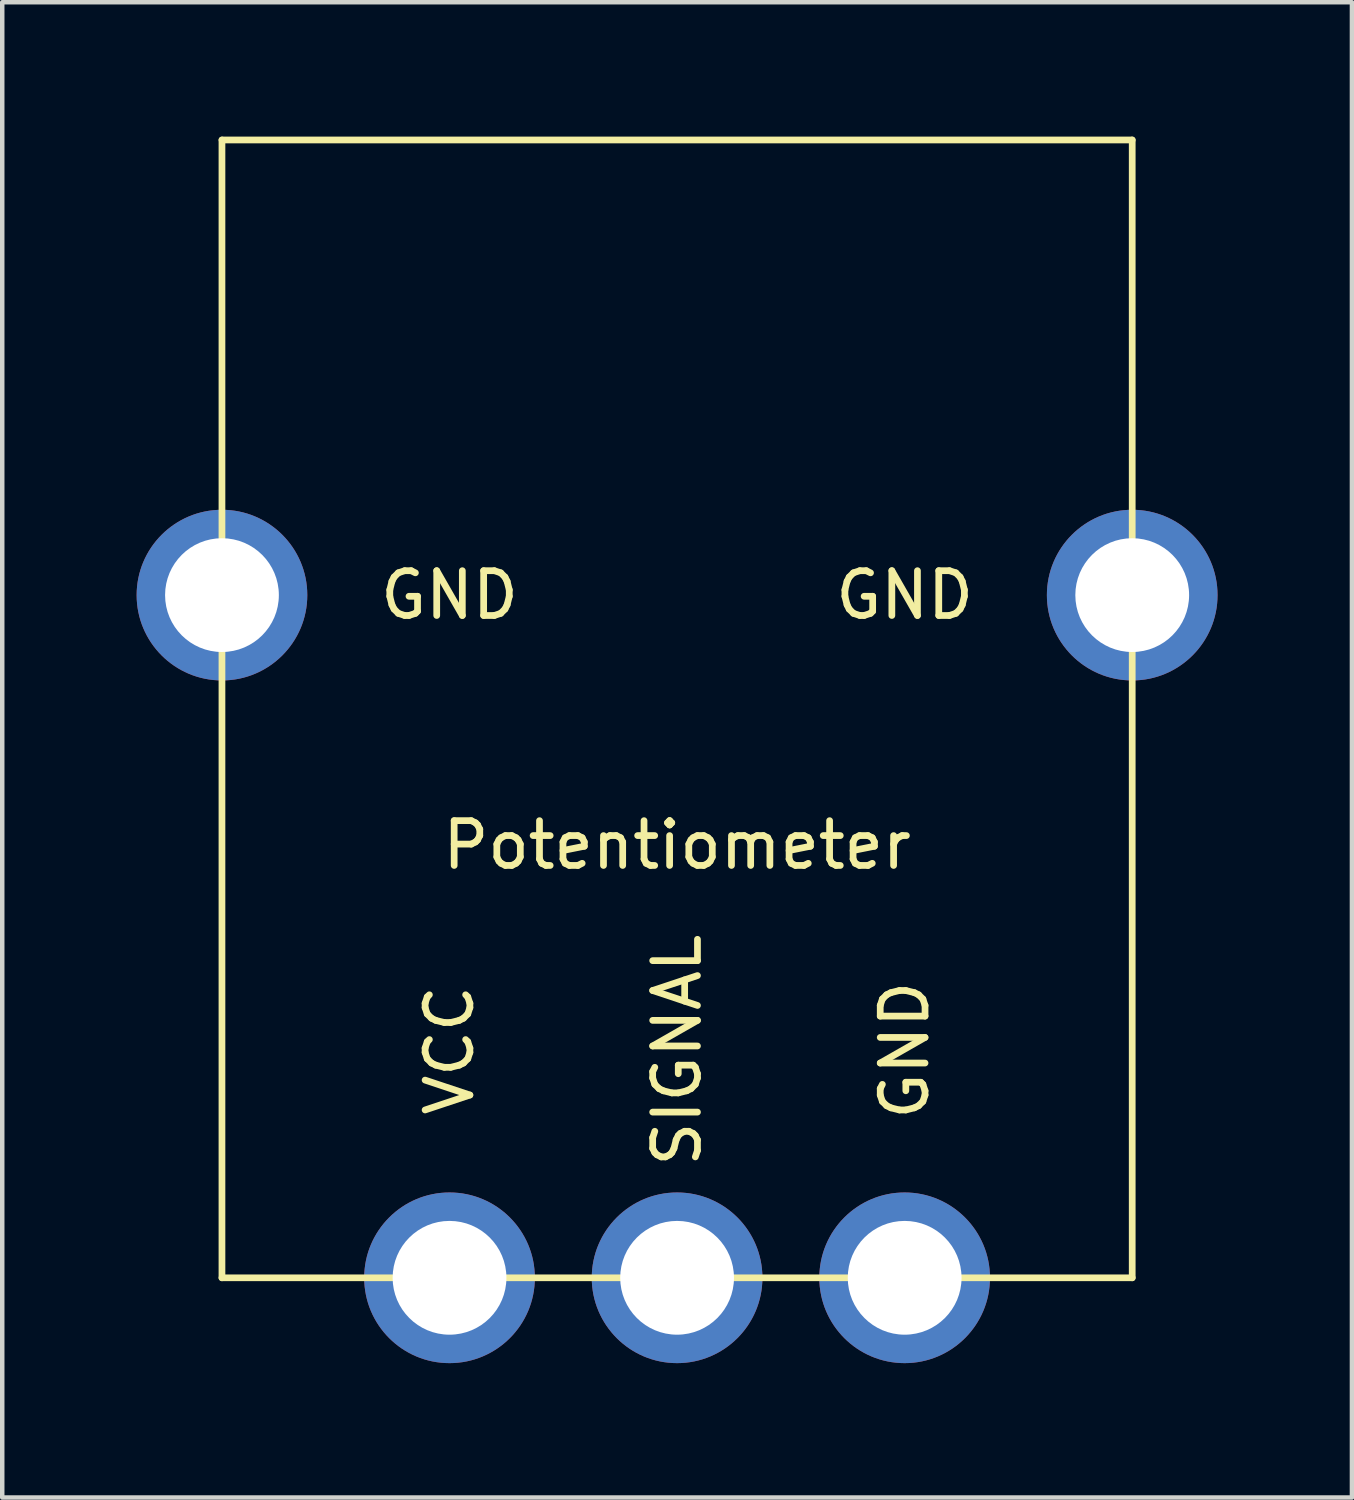
<source format=kicad_pcb>
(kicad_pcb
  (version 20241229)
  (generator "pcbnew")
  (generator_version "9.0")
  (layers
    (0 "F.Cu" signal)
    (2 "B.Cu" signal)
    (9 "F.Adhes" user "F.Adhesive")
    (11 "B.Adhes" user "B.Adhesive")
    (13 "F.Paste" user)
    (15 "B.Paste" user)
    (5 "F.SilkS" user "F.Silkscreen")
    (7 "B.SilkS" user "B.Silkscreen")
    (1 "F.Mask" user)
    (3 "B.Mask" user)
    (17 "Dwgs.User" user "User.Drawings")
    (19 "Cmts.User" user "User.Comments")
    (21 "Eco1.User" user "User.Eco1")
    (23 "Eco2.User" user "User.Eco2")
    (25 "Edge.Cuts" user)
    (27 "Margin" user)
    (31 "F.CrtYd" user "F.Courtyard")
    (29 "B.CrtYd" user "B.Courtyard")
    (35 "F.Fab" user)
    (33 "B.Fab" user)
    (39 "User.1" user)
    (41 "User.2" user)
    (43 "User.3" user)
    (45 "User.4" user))
  (footprint "Potentiometer"
    (layer "F.Cu")
    (at 12.065 15.315)
    (property "Reference" "Potentiometer" (at 0 0.5 0) (layer "F.SilkS") (effects (font (size 1 1) (thickness 0.15))))
    (attr through_hole)
    (fp_line (start -10.16 -15.24) (end -10.16 10.16) (stroke (width 0.15) (type solid)) (layer "F.SilkS"))
    (fp_line (start -10.16 10.16) (end 10.16 10.16) (stroke (width 0.15) (type solid)) (layer "F.SilkS"))
    (fp_line (start 10.16 -15.24) (end -10.16 -15.24) (stroke (width 0.15) (type solid)) (layer "F.SilkS"))
    (fp_line (start 10.16 10.16) (end 10.16 -15.24) (stroke (width 0.15) (type solid)) (layer "F.SilkS"))
    (fp_text user "GND" (at 5.08 -5.08 0) (layer "F.SilkS") (effects (font (size 1 1) (thickness 0.15))))
    (fp_text user "VCC" (at -5.08 5.08 270) (layer "F.SilkS") (effects (font (size 1 1) (thickness 0.15))))
    (fp_text user "GND" (at 5.08 5.08 270) (layer "F.SilkS") (effects (font (size 1 1) (thickness 0.15))))
    (fp_text user "SIGNAL" (at 0 5.08 270) (layer "F.SilkS") (effects (font (size 1 1) (thickness 0.15))))
    (fp_text user "GND" (at -5.08 -5.08 0) (layer "F.SilkS") (effects (font (size 1 1) (thickness 0.15))))
    (pad "1" thru_hole circle (at -5.08 10.16) (size 3.81 3.81) (drill 2.54) (layers "*.Cu" "*.Mask"))
    (pad "2" thru_hole circle (at 0 10.16) (size 3.81 3.81) (drill 2.54) (layers "*.Cu" "*.Mask"))
    (pad "3" thru_hole circle (at 5.08 10.16) (size 3.81 3.81) (drill 2.54) (layers "*.Cu" "*.Mask"))
    (pad "4" thru_hole circle (at -10.16 -5.08) (size 3.81 3.81) (drill 2.54) (layers "*.Cu" "*.Mask"))
    (pad "5" thru_hole circle (at 10.16 -5.08) (size 3.81 3.81) (drill 2.54) (layers "*.Cu" "*.Mask")))
  (gr_rect
    (start -3 -3)
    (end 27.13 30.38)
    (stroke (width 0.1) (type default))
    (fill no)
    (layer "Edge.Cuts")))
</source>
